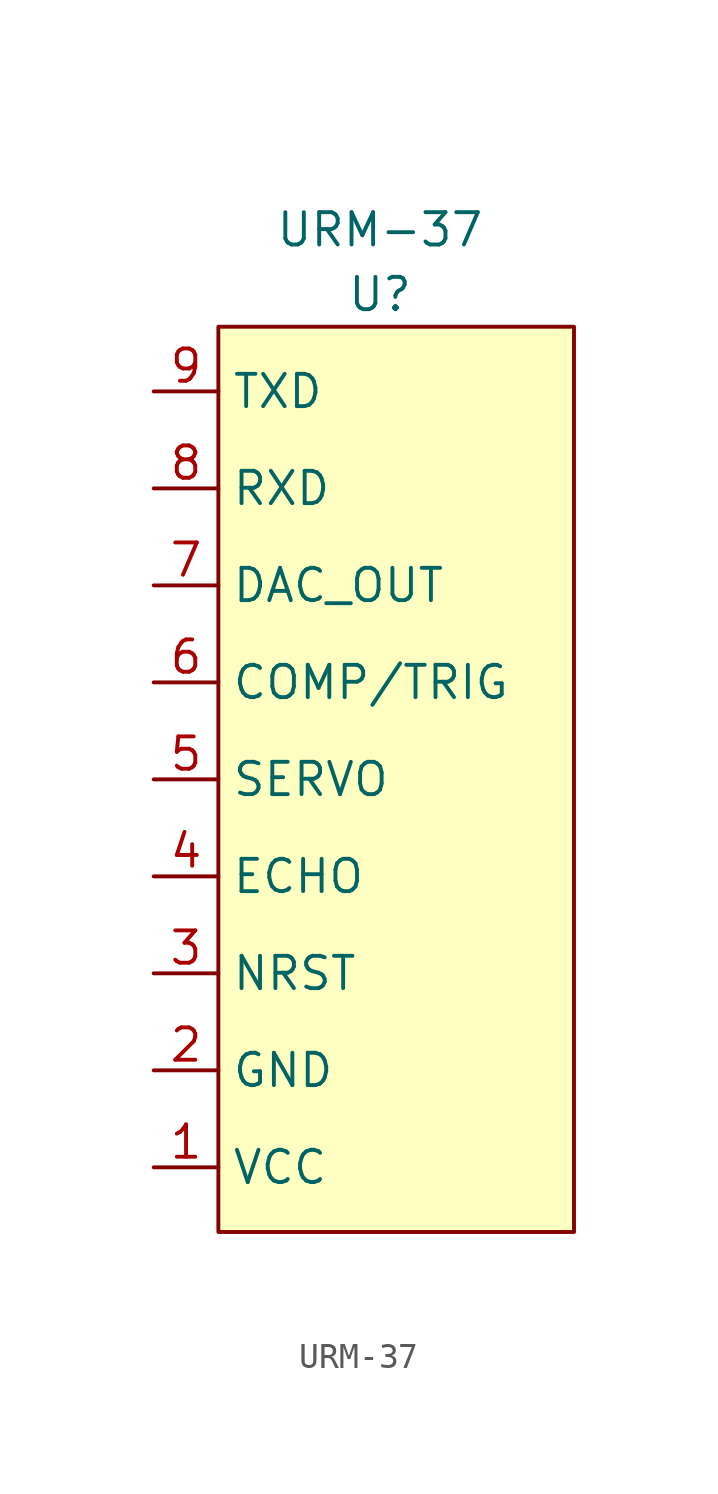
<source format=kicad_sym>
(kicad_symbol_lib
  (version 20211014)
  (generator kicad_symbol_editor)
  (symbol "URM-37"
    (property "Reference" "U"
      (at 7.62 0 0)
      (effects (font (size 1.27 1.27))))
    (property "Value" "URM-37"
      (at 7.62 2.54 0)
      (effects (font (size 1.27 1.27))))
    (symbol "URM-37_0_1"
      (rectangle (start 15.24 -36.83) (end 1.27 -1.27) (stroke (width 0) (type default) (color 0 0 0 0)) (fill (type background))))
    (symbol "URM-37_1_1"
      (pin bidirectional line (at -1.27 -34.29 0) (length 2.54) (name "VCC" (effects (font (size 1.27 1.27)))) (number "1" (effects (font (size 1.27 1.27)))))
      (pin bidirectional line (at -1.27 -30.48 0) (length 2.54) (name "GND" (effects (font (size 1.27 1.27)))) (number "2" (effects (font (size 1.27 1.27)))))
      (pin bidirectional line (at -1.27 -26.67 0) (length 2.54) (name "NRST" (effects (font (size 1.27 1.27)))) (number "3" (effects (font (size 1.27 1.27)))))
      (pin bidirectional line (at -1.27 -22.86 0) (length 2.54) (name "ECHO" (effects (font (size 1.27 1.27)))) (number "4" (effects (font (size 1.27 1.27)))))
      (pin bidirectional line (at -1.27 -19.05 0) (length 2.54) (name "SERVO" (effects (font (size 1.27 1.27)))) (number "5" (effects (font (size 1.27 1.27)))))
      (pin bidirectional line (at -1.27 -15.24 0) (length 2.54) (name "COMP/TRIG" (effects (font (size 1.27 1.27)))) (number "6" (effects (font (size 1.27 1.27)))))
      (pin bidirectional line (at -1.27 -11.43 0) (length 2.54) (name "DAC_OUT" (effects (font (size 1.27 1.27)))) (number "7" (effects (font (size 1.27 1.27)))))
      (pin bidirectional line (at -1.27 -7.62 0) (length 2.54) (name "RXD" (effects (font (size 1.27 1.27)))) (number "8" (effects (font (size 1.27 1.27)))))
      (pin bidirectional line (at -1.27 -3.81 0) (length 2.54) (name "TXD" (effects (font (size 1.27 1.27)))) (number "9" (effects (font (size 1.27 1.27))))))))
</source>
